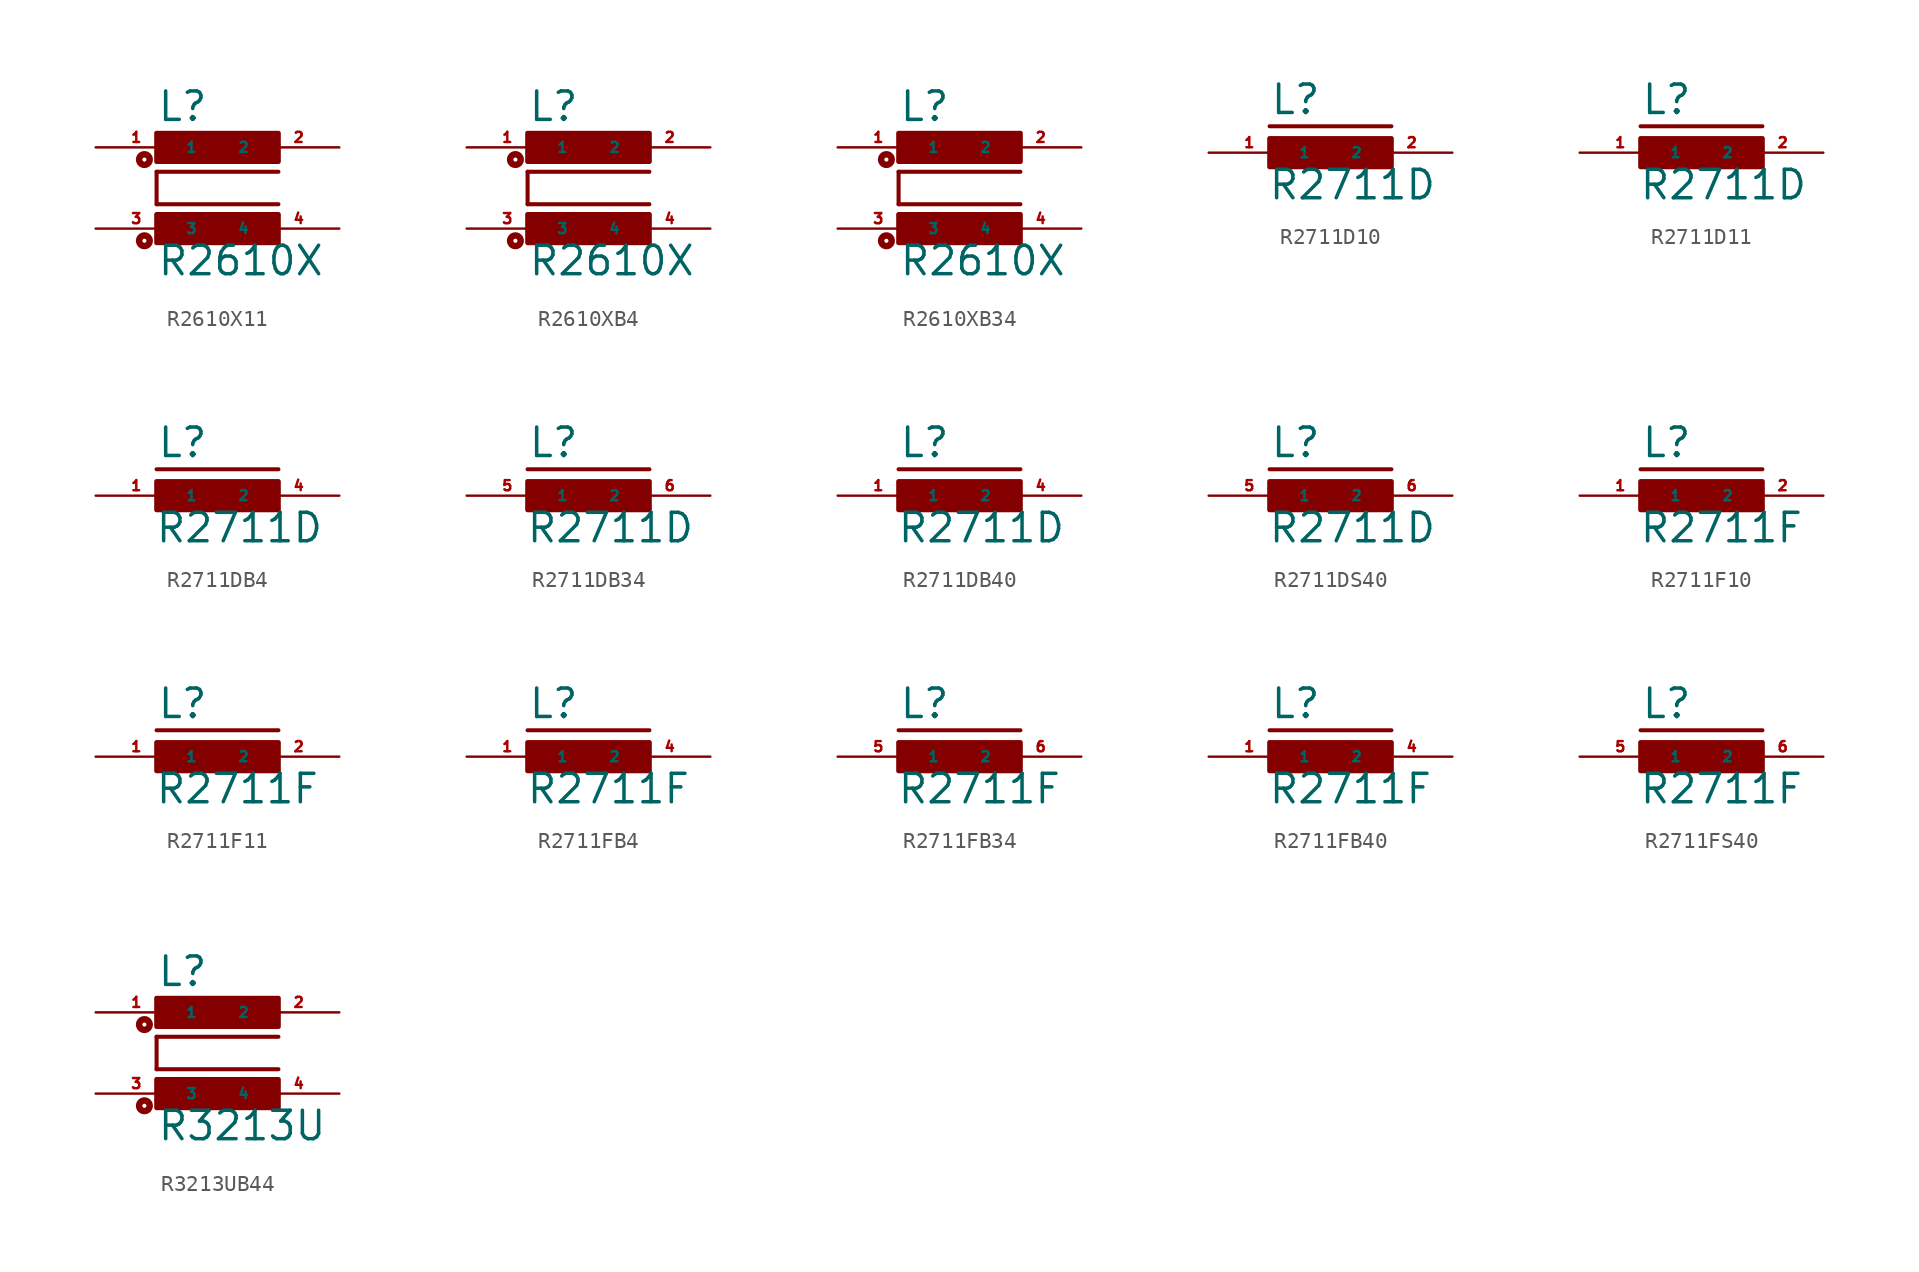
<source format=kicad_sym>
(kicad_symbol_lib
  (version 20220914)
  (generator Eagle2Kicad)
  (symbol "R2610X11"
    (property "Reference" "L"
      (at -3.81 4.064 0)
      (effects (font (size 1.778 1.778) (thickness 0.22)) (justify left bottom)))
    (property "Value" "R2610X"
      (at -3.81 -5.588 0)
      (effects (font (size 1.778 1.778) (thickness 0.22)) (justify left bottom)))
    (polyline
      (pts (xy 3.81 1.016) (xy -3.81 1.016))
      (stroke (width 0.254) (type default))
      (fill (type none)))
    (polyline
      (pts (xy -3.81 -1.016) (xy -3.81 1.016))
      (stroke (width 0.254) (type default))
      (fill (type none)))
    (polyline
      (pts (xy -3.81 -1.016) (xy 3.81 -1.016))
      (stroke (width 0.254) (type default))
      (fill (type none)))
    (circle
      (center -4.572 -3.302)
      (radius 0.127)
      (stroke (width 0.406) (type default))
      (fill (type none)))
    (circle
      (center -4.572 1.778)
      (radius 0.127)
      (stroke (width 0.406) (type default))
      (fill (type none)))
    (rectangle
      (start -3.81 1.651)
      (end 3.81 3.429)
      (stroke (width 0.3) (type default))
      (fill (type outline)))
    (rectangle
      (start -3.81 -3.429)
      (end 3.81 -1.651)
      (stroke (width 0.3) (type default))
      (fill (type outline)))
    (pin passive line
      (at 7.62 2.54 180)
      (length 5.08)
      (name "2" (effects (font (size 0.635 0.635) (thickness 0.08)) (justify left bottom)))
      (number "2" (effects (font (size 0.635 0.635) (thickness 0.08)) (justify left bottom))))
    (pin passive line
      (at -7.62 2.54 0)
      (length 5.08)
      (name "1" (effects (font (size 0.635 0.635) (thickness 0.08)) (justify left bottom)))
      (number "1" (effects (font (size 0.635 0.635) (thickness 0.08)) (justify left bottom))))
    (pin passive line
      (at -7.62 -2.54 0)
      (length 5.08)
      (name "3" (effects (font (size 0.635 0.635) (thickness 0.08)) (justify left bottom)))
      (number "3" (effects (font (size 0.635 0.635) (thickness 0.08)) (justify left bottom))))
    (pin passive line
      (at 7.62 -2.54 180)
      (length 5.08)
      (name "4" (effects (font (size 0.635 0.635) (thickness 0.08)) (justify left bottom)))
      (number "4" (effects (font (size 0.635 0.635) (thickness 0.08)) (justify left bottom)))))
  (symbol "R2610XB4"
    (property "Reference" "L"
      (at -3.81 4.064 0)
      (effects (font (size 1.778 1.778) (thickness 0.22)) (justify left bottom)))
    (property "Value" "R2610X"
      (at -3.81 -5.588 0)
      (effects (font (size 1.778 1.778) (thickness 0.22)) (justify left bottom)))
    (polyline
      (pts (xy 3.81 1.016) (xy -3.81 1.016))
      (stroke (width 0.254) (type default))
      (fill (type none)))
    (polyline
      (pts (xy -3.81 -1.016) (xy -3.81 1.016))
      (stroke (width 0.254) (type default))
      (fill (type none)))
    (polyline
      (pts (xy -3.81 -1.016) (xy 3.81 -1.016))
      (stroke (width 0.254) (type default))
      (fill (type none)))
    (circle
      (center -4.572 -3.302)
      (radius 0.127)
      (stroke (width 0.406) (type default))
      (fill (type none)))
    (circle
      (center -4.572 1.778)
      (radius 0.127)
      (stroke (width 0.406) (type default))
      (fill (type none)))
    (rectangle
      (start -3.81 1.651)
      (end 3.81 3.429)
      (stroke (width 0.3) (type default))
      (fill (type outline)))
    (rectangle
      (start -3.81 -3.429)
      (end 3.81 -1.651)
      (stroke (width 0.3) (type default))
      (fill (type outline)))
    (pin passive line
      (at 7.62 2.54 180)
      (length 5.08)
      (name "2" (effects (font (size 0.635 0.635) (thickness 0.08)) (justify left bottom)))
      (number "2" (effects (font (size 0.635 0.635) (thickness 0.08)) (justify left bottom))))
    (pin passive line
      (at -7.62 2.54 0)
      (length 5.08)
      (name "1" (effects (font (size 0.635 0.635) (thickness 0.08)) (justify left bottom)))
      (number "1" (effects (font (size 0.635 0.635) (thickness 0.08)) (justify left bottom))))
    (pin passive line
      (at -7.62 -2.54 0)
      (length 5.08)
      (name "3" (effects (font (size 0.635 0.635) (thickness 0.08)) (justify left bottom)))
      (number "3" (effects (font (size 0.635 0.635) (thickness 0.08)) (justify left bottom))))
    (pin passive line
      (at 7.62 -2.54 180)
      (length 5.08)
      (name "4" (effects (font (size 0.635 0.635) (thickness 0.08)) (justify left bottom)))
      (number "4" (effects (font (size 0.635 0.635) (thickness 0.08)) (justify left bottom)))))
  (symbol "R2610XB34"
    (property "Reference" "L"
      (at -3.81 4.064 0)
      (effects (font (size 1.778 1.778) (thickness 0.22)) (justify left bottom)))
    (property "Value" "R2610X"
      (at -3.81 -5.588 0)
      (effects (font (size 1.778 1.778) (thickness 0.22)) (justify left bottom)))
    (polyline
      (pts (xy 3.81 1.016) (xy -3.81 1.016))
      (stroke (width 0.254) (type default))
      (fill (type none)))
    (polyline
      (pts (xy -3.81 -1.016) (xy -3.81 1.016))
      (stroke (width 0.254) (type default))
      (fill (type none)))
    (polyline
      (pts (xy -3.81 -1.016) (xy 3.81 -1.016))
      (stroke (width 0.254) (type default))
      (fill (type none)))
    (circle
      (center -4.572 -3.302)
      (radius 0.127)
      (stroke (width 0.406) (type default))
      (fill (type none)))
    (circle
      (center -4.572 1.778)
      (radius 0.127)
      (stroke (width 0.406) (type default))
      (fill (type none)))
    (rectangle
      (start -3.81 1.651)
      (end 3.81 3.429)
      (stroke (width 0.3) (type default))
      (fill (type outline)))
    (rectangle
      (start -3.81 -3.429)
      (end 3.81 -1.651)
      (stroke (width 0.3) (type default))
      (fill (type outline)))
    (pin passive line
      (at 7.62 2.54 180)
      (length 5.08)
      (name "2" (effects (font (size 0.635 0.635) (thickness 0.08)) (justify left bottom)))
      (number "2" (effects (font (size 0.635 0.635) (thickness 0.08)) (justify left bottom))))
    (pin passive line
      (at -7.62 2.54 0)
      (length 5.08)
      (name "1" (effects (font (size 0.635 0.635) (thickness 0.08)) (justify left bottom)))
      (number "1" (effects (font (size 0.635 0.635) (thickness 0.08)) (justify left bottom))))
    (pin passive line
      (at -7.62 -2.54 0)
      (length 5.08)
      (name "3" (effects (font (size 0.635 0.635) (thickness 0.08)) (justify left bottom)))
      (number "3" (effects (font (size 0.635 0.635) (thickness 0.08)) (justify left bottom))))
    (pin passive line
      (at 7.62 -2.54 180)
      (length 5.08)
      (name "4" (effects (font (size 0.635 0.635) (thickness 0.08)) (justify left bottom)))
      (number "4" (effects (font (size 0.635 0.635) (thickness 0.08)) (justify left bottom)))))
  (symbol "R2711D10"
    (property "Reference" "L"
      (at -3.81 2.286 0)
      (effects (font (size 1.778 1.778) (thickness 0.22)) (justify left bottom)))
    (property "Value" "R2711D"
      (at -3.937 -3.048 0)
      (effects (font (size 1.778 1.778) (thickness 0.22)) (justify left bottom)))
    (polyline
      (pts (xy -3.81 1.651) (xy 3.81 1.651))
      (stroke (width 0.254) (type default))
      (fill (type none)))
    (rectangle
      (start -3.81 -0.889)
      (end 3.81 0.889)
      (stroke (width 0.3) (type default))
      (fill (type outline)))
    (pin passive line
      (at 7.62 0 180)
      (length 5.08)
      (name "2" (effects (font (size 0.635 0.635) (thickness 0.08)) (justify left bottom)))
      (number "2" (effects (font (size 0.635 0.635) (thickness 0.08)) (justify left bottom))))
    (pin passive line
      (at -7.62 0 0)
      (length 5.08)
      (name "1" (effects (font (size 0.635 0.635) (thickness 0.08)) (justify left bottom)))
      (number "1" (effects (font (size 0.635 0.635) (thickness 0.08)) (justify left bottom)))))
  (symbol "R2711D11"
    (property "Reference" "L"
      (at -3.81 2.286 0)
      (effects (font (size 1.778 1.778) (thickness 0.22)) (justify left bottom)))
    (property "Value" "R2711D"
      (at -3.937 -3.048 0)
      (effects (font (size 1.778 1.778) (thickness 0.22)) (justify left bottom)))
    (polyline
      (pts (xy -3.81 1.651) (xy 3.81 1.651))
      (stroke (width 0.254) (type default))
      (fill (type none)))
    (rectangle
      (start -3.81 -0.889)
      (end 3.81 0.889)
      (stroke (width 0.3) (type default))
      (fill (type outline)))
    (pin passive line
      (at 7.62 0 180)
      (length 5.08)
      (name "2" (effects (font (size 0.635 0.635) (thickness 0.08)) (justify left bottom)))
      (number "2" (effects (font (size 0.635 0.635) (thickness 0.08)) (justify left bottom))))
    (pin passive line
      (at -7.62 0 0)
      (length 5.08)
      (name "1" (effects (font (size 0.635 0.635) (thickness 0.08)) (justify left bottom)))
      (number "1" (effects (font (size 0.635 0.635) (thickness 0.08)) (justify left bottom)))))
  (symbol "R2711DB4"
    (property "Reference" "L"
      (at -3.81 2.286 0)
      (effects (font (size 1.778 1.778) (thickness 0.22)) (justify left bottom)))
    (property "Value" "R2711D"
      (at -3.937 -3.048 0)
      (effects (font (size 1.778 1.778) (thickness 0.22)) (justify left bottom)))
    (polyline
      (pts (xy -3.81 1.651) (xy 3.81 1.651))
      (stroke (width 0.254) (type default))
      (fill (type none)))
    (rectangle
      (start -3.81 -0.889)
      (end 3.81 0.889)
      (stroke (width 0.3) (type default))
      (fill (type outline)))
    (pin passive line
      (at 7.62 0 180)
      (length 5.08)
      (name "2" (effects (font (size 0.635 0.635) (thickness 0.08)) (justify left bottom)))
      (number "4" (effects (font (size 0.635 0.635) (thickness 0.08)) (justify left bottom))))
    (pin passive line
      (at -7.62 0 0)
      (length 5.08)
      (name "1" (effects (font (size 0.635 0.635) (thickness 0.08)) (justify left bottom)))
      (number "1" (effects (font (size 0.635 0.635) (thickness 0.08)) (justify left bottom)))))
  (symbol "R2711DB34"
    (property "Reference" "L"
      (at -3.81 2.286 0)
      (effects (font (size 1.778 1.778) (thickness 0.22)) (justify left bottom)))
    (property "Value" "R2711D"
      (at -3.937 -3.048 0)
      (effects (font (size 1.778 1.778) (thickness 0.22)) (justify left bottom)))
    (polyline
      (pts (xy -3.81 1.651) (xy 3.81 1.651))
      (stroke (width 0.254) (type default))
      (fill (type none)))
    (rectangle
      (start -3.81 -0.889)
      (end 3.81 0.889)
      (stroke (width 0.3) (type default))
      (fill (type outline)))
    (pin passive line
      (at 7.62 0 180)
      (length 5.08)
      (name "2" (effects (font (size 0.635 0.635) (thickness 0.08)) (justify left bottom)))
      (number "6" (effects (font (size 0.635 0.635) (thickness 0.08)) (justify left bottom))))
    (pin passive line
      (at -7.62 0 0)
      (length 5.08)
      (name "1" (effects (font (size 0.635 0.635) (thickness 0.08)) (justify left bottom)))
      (number "5" (effects (font (size 0.635 0.635) (thickness 0.08)) (justify left bottom)))))
  (symbol "R2711DB40"
    (property "Reference" "L"
      (at -3.81 2.286 0)
      (effects (font (size 1.778 1.778) (thickness 0.22)) (justify left bottom)))
    (property "Value" "R2711D"
      (at -3.937 -3.048 0)
      (effects (font (size 1.778 1.778) (thickness 0.22)) (justify left bottom)))
    (polyline
      (pts (xy -3.81 1.651) (xy 3.81 1.651))
      (stroke (width 0.254) (type default))
      (fill (type none)))
    (rectangle
      (start -3.81 -0.889)
      (end 3.81 0.889)
      (stroke (width 0.3) (type default))
      (fill (type outline)))
    (pin passive line
      (at 7.62 0 180)
      (length 5.08)
      (name "2" (effects (font (size 0.635 0.635) (thickness 0.08)) (justify left bottom)))
      (number "4" (effects (font (size 0.635 0.635) (thickness 0.08)) (justify left bottom))))
    (pin passive line
      (at -7.62 0 0)
      (length 5.08)
      (name "1" (effects (font (size 0.635 0.635) (thickness 0.08)) (justify left bottom)))
      (number "1" (effects (font (size 0.635 0.635) (thickness 0.08)) (justify left bottom)))))
  (symbol "R2711DS40"
    (property "Reference" "L"
      (at -3.81 2.286 0)
      (effects (font (size 1.778 1.778) (thickness 0.22)) (justify left bottom)))
    (property "Value" "R2711D"
      (at -3.937 -3.048 0)
      (effects (font (size 1.778 1.778) (thickness 0.22)) (justify left bottom)))
    (polyline
      (pts (xy -3.81 1.651) (xy 3.81 1.651))
      (stroke (width 0.254) (type default))
      (fill (type none)))
    (rectangle
      (start -3.81 -0.889)
      (end 3.81 0.889)
      (stroke (width 0.3) (type default))
      (fill (type outline)))
    (pin passive line
      (at 7.62 0 180)
      (length 5.08)
      (name "2" (effects (font (size 0.635 0.635) (thickness 0.08)) (justify left bottom)))
      (number "6" (effects (font (size 0.635 0.635) (thickness 0.08)) (justify left bottom))))
    (pin passive line
      (at -7.62 0 0)
      (length 5.08)
      (name "1" (effects (font (size 0.635 0.635) (thickness 0.08)) (justify left bottom)))
      (number "5" (effects (font (size 0.635 0.635) (thickness 0.08)) (justify left bottom)))))
  (symbol "R2711F10"
    (property "Reference" "L"
      (at -3.81 2.286 0)
      (effects (font (size 1.778 1.778) (thickness 0.22)) (justify left bottom)))
    (property "Value" "R2711F"
      (at -3.937 -3.048 0)
      (effects (font (size 1.778 1.778) (thickness 0.22)) (justify left bottom)))
    (polyline
      (pts (xy -3.81 1.651) (xy 3.81 1.651))
      (stroke (width 0.254) (type default))
      (fill (type none)))
    (rectangle
      (start -3.81 -0.889)
      (end 3.81 0.889)
      (stroke (width 0.3) (type default))
      (fill (type outline)))
    (pin passive line
      (at 7.62 0 180)
      (length 5.08)
      (name "2" (effects (font (size 0.635 0.635) (thickness 0.08)) (justify left bottom)))
      (number "2" (effects (font (size 0.635 0.635) (thickness 0.08)) (justify left bottom))))
    (pin passive line
      (at -7.62 0 0)
      (length 5.08)
      (name "1" (effects (font (size 0.635 0.635) (thickness 0.08)) (justify left bottom)))
      (number "1" (effects (font (size 0.635 0.635) (thickness 0.08)) (justify left bottom)))))
  (symbol "R2711F11"
    (property "Reference" "L"
      (at -3.81 2.286 0)
      (effects (font (size 1.778 1.778) (thickness 0.22)) (justify left bottom)))
    (property "Value" "R2711F"
      (at -3.937 -3.048 0)
      (effects (font (size 1.778 1.778) (thickness 0.22)) (justify left bottom)))
    (polyline
      (pts (xy -3.81 1.651) (xy 3.81 1.651))
      (stroke (width 0.254) (type default))
      (fill (type none)))
    (rectangle
      (start -3.81 -0.889)
      (end 3.81 0.889)
      (stroke (width 0.3) (type default))
      (fill (type outline)))
    (pin passive line
      (at 7.62 0 180)
      (length 5.08)
      (name "2" (effects (font (size 0.635 0.635) (thickness 0.08)) (justify left bottom)))
      (number "2" (effects (font (size 0.635 0.635) (thickness 0.08)) (justify left bottom))))
    (pin passive line
      (at -7.62 0 0)
      (length 5.08)
      (name "1" (effects (font (size 0.635 0.635) (thickness 0.08)) (justify left bottom)))
      (number "1" (effects (font (size 0.635 0.635) (thickness 0.08)) (justify left bottom)))))
  (symbol "R2711FB4"
    (property "Reference" "L"
      (at -3.81 2.286 0)
      (effects (font (size 1.778 1.778) (thickness 0.22)) (justify left bottom)))
    (property "Value" "R2711F"
      (at -3.937 -3.048 0)
      (effects (font (size 1.778 1.778) (thickness 0.22)) (justify left bottom)))
    (polyline
      (pts (xy -3.81 1.651) (xy 3.81 1.651))
      (stroke (width 0.254) (type default))
      (fill (type none)))
    (rectangle
      (start -3.81 -0.889)
      (end 3.81 0.889)
      (stroke (width 0.3) (type default))
      (fill (type outline)))
    (pin passive line
      (at 7.62 0 180)
      (length 5.08)
      (name "2" (effects (font (size 0.635 0.635) (thickness 0.08)) (justify left bottom)))
      (number "4" (effects (font (size 0.635 0.635) (thickness 0.08)) (justify left bottom))))
    (pin passive line
      (at -7.62 0 0)
      (length 5.08)
      (name "1" (effects (font (size 0.635 0.635) (thickness 0.08)) (justify left bottom)))
      (number "1" (effects (font (size 0.635 0.635) (thickness 0.08)) (justify left bottom)))))
  (symbol "R2711FB34"
    (property "Reference" "L"
      (at -3.81 2.286 0)
      (effects (font (size 1.778 1.778) (thickness 0.22)) (justify left bottom)))
    (property "Value" "R2711F"
      (at -3.937 -3.048 0)
      (effects (font (size 1.778 1.778) (thickness 0.22)) (justify left bottom)))
    (polyline
      (pts (xy -3.81 1.651) (xy 3.81 1.651))
      (stroke (width 0.254) (type default))
      (fill (type none)))
    (rectangle
      (start -3.81 -0.889)
      (end 3.81 0.889)
      (stroke (width 0.3) (type default))
      (fill (type outline)))
    (pin passive line
      (at 7.62 0 180)
      (length 5.08)
      (name "2" (effects (font (size 0.635 0.635) (thickness 0.08)) (justify left bottom)))
      (number "6" (effects (font (size 0.635 0.635) (thickness 0.08)) (justify left bottom))))
    (pin passive line
      (at -7.62 0 0)
      (length 5.08)
      (name "1" (effects (font (size 0.635 0.635) (thickness 0.08)) (justify left bottom)))
      (number "5" (effects (font (size 0.635 0.635) (thickness 0.08)) (justify left bottom)))))
  (symbol "R2711FB40"
    (property "Reference" "L"
      (at -3.81 2.286 0)
      (effects (font (size 1.778 1.778) (thickness 0.22)) (justify left bottom)))
    (property "Value" "R2711F"
      (at -3.937 -3.048 0)
      (effects (font (size 1.778 1.778) (thickness 0.22)) (justify left bottom)))
    (polyline
      (pts (xy -3.81 1.651) (xy 3.81 1.651))
      (stroke (width 0.254) (type default))
      (fill (type none)))
    (rectangle
      (start -3.81 -0.889)
      (end 3.81 0.889)
      (stroke (width 0.3) (type default))
      (fill (type outline)))
    (pin passive line
      (at 7.62 0 180)
      (length 5.08)
      (name "2" (effects (font (size 0.635 0.635) (thickness 0.08)) (justify left bottom)))
      (number "4" (effects (font (size 0.635 0.635) (thickness 0.08)) (justify left bottom))))
    (pin passive line
      (at -7.62 0 0)
      (length 5.08)
      (name "1" (effects (font (size 0.635 0.635) (thickness 0.08)) (justify left bottom)))
      (number "1" (effects (font (size 0.635 0.635) (thickness 0.08)) (justify left bottom)))))
  (symbol "R2711FS40"
    (property "Reference" "L"
      (at -3.81 2.286 0)
      (effects (font (size 1.778 1.778) (thickness 0.22)) (justify left bottom)))
    (property "Value" "R2711F"
      (at -3.937 -3.048 0)
      (effects (font (size 1.778 1.778) (thickness 0.22)) (justify left bottom)))
    (polyline
      (pts (xy -3.81 1.651) (xy 3.81 1.651))
      (stroke (width 0.254) (type default))
      (fill (type none)))
    (rectangle
      (start -3.81 -0.889)
      (end 3.81 0.889)
      (stroke (width 0.3) (type default))
      (fill (type outline)))
    (pin passive line
      (at 7.62 0 180)
      (length 5.08)
      (name "2" (effects (font (size 0.635 0.635) (thickness 0.08)) (justify left bottom)))
      (number "6" (effects (font (size 0.635 0.635) (thickness 0.08)) (justify left bottom))))
    (pin passive line
      (at -7.62 0 0)
      (length 5.08)
      (name "1" (effects (font (size 0.635 0.635) (thickness 0.08)) (justify left bottom)))
      (number "5" (effects (font (size 0.635 0.635) (thickness 0.08)) (justify left bottom)))))
  (symbol "R3213UB44"
    (property "Reference" "L"
      (at -3.81 4.064 0)
      (effects (font (size 1.778 1.778) (thickness 0.22)) (justify left bottom)))
    (property "Value" "R3213U"
      (at -3.81 -5.588 0)
      (effects (font (size 1.778 1.778) (thickness 0.22)) (justify left bottom)))
    (polyline
      (pts (xy 3.81 1.016) (xy -3.81 1.016))
      (stroke (width 0.254) (type default))
      (fill (type none)))
    (polyline
      (pts (xy -3.81 -1.016) (xy -3.81 1.016))
      (stroke (width 0.254) (type default))
      (fill (type none)))
    (polyline
      (pts (xy -3.81 -1.016) (xy 3.81 -1.016))
      (stroke (width 0.254) (type default))
      (fill (type none)))
    (circle
      (center -4.572 -3.302)
      (radius 0.127)
      (stroke (width 0.406) (type default))
      (fill (type none)))
    (circle
      (center -4.572 1.778)
      (radius 0.127)
      (stroke (width 0.406) (type default))
      (fill (type none)))
    (rectangle
      (start -3.81 1.651)
      (end 3.81 3.429)
      (stroke (width 0.3) (type default))
      (fill (type outline)))
    (rectangle
      (start -3.81 -3.429)
      (end 3.81 -1.651)
      (stroke (width 0.3) (type default))
      (fill (type outline)))
    (pin passive line
      (at 7.62 2.54 180)
      (length 5.08)
      (name "2" (effects (font (size 0.635 0.635) (thickness 0.08)) (justify left bottom)))
      (number "2" (effects (font (size 0.635 0.635) (thickness 0.08)) (justify left bottom))))
    (pin passive line
      (at -7.62 2.54 0)
      (length 5.08)
      (name "1" (effects (font (size 0.635 0.635) (thickness 0.08)) (justify left bottom)))
      (number "1" (effects (font (size 0.635 0.635) (thickness 0.08)) (justify left bottom))))
    (pin passive line
      (at -7.62 -2.54 0)
      (length 5.08)
      (name "3" (effects (font (size 0.635 0.635) (thickness 0.08)) (justify left bottom)))
      (number "3" (effects (font (size 0.635 0.635) (thickness 0.08)) (justify left bottom))))
    (pin passive line
      (at 7.62 -2.54 180)
      (length 5.08)
      (name "4" (effects (font (size 0.635 0.635) (thickness 0.08)) (justify left bottom)))
      (number "4" (effects (font (size 0.635 0.635) (thickness 0.08)) (justify left bottom))))))
</source>
